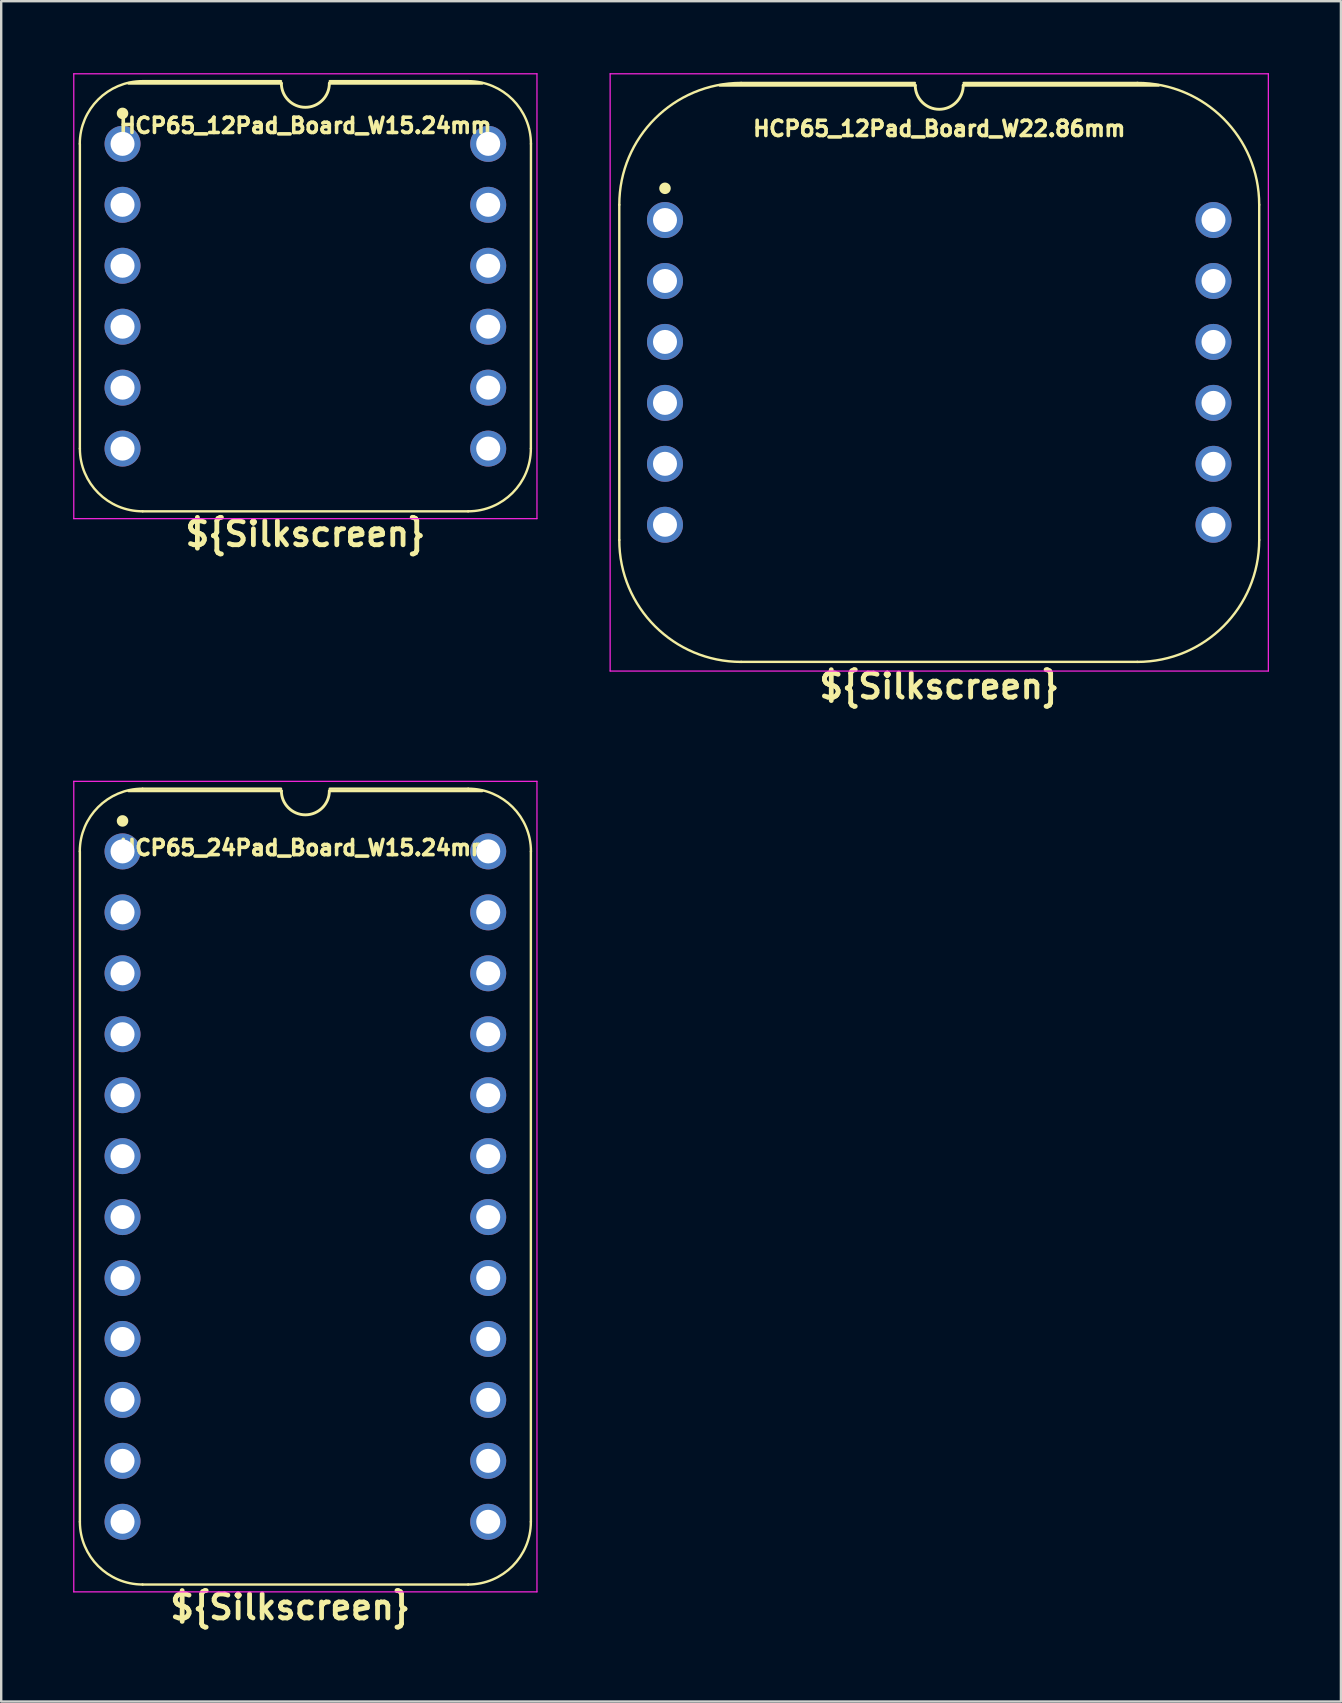
<source format=kicad_pcb>
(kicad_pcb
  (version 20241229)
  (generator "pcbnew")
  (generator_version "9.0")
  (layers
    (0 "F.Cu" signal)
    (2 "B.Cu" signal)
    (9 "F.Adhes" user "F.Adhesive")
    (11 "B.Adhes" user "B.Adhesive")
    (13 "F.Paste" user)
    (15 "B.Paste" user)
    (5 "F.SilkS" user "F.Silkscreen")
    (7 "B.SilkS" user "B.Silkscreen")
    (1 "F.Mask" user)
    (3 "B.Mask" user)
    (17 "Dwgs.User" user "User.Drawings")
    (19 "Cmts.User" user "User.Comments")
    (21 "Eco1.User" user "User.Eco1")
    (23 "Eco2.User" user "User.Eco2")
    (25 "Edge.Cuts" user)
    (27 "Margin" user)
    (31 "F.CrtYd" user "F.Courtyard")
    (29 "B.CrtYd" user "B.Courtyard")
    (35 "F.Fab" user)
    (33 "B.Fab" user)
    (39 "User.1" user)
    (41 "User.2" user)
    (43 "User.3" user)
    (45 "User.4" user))
  (footprint "HCP65_12Pad_Board_W15.24mm"
    (layer "F.Cu")
    (at 2.057 2.946)
    (property "Reference" "HCP65_12Pad_Board_W15.24mm" (at 7.62 -0.762 0) (layer "F.SilkS") (effects (font (size 0.635 0.635) (thickness 0.15))))
    (property "Silkscreen" "${Silkscreen}" (at 6.985 16.256 0) (layer "F.SilkS") (hide yes) (effects (font (size 1 1) (thickness 0.2))))
    (attr through_hole)
    (fp_line (start -1.778 12.7) (end -1.778 0) (stroke (width 0.1) (type solid)) (layer "F.SilkS"))
    (fp_line (start 0.832 -2.614) (end 6.604 -2.614) (stroke (width 0.1) (type solid)) (layer "F.SilkS"))
    (fp_line (start 6.62 -2.524) (end 0.254 -2.524) (stroke (width 0.12) (type solid)) (layer "F.SilkS"))
    (fp_line (start 8.636 -2.614) (end 14.408 -2.614) (stroke (width 0.1) (type solid)) (layer "F.SilkS"))
    (fp_line (start 14.404 15.314) (end 0.836 15.314) (stroke (width 0.1) (type solid)) (layer "F.SilkS"))
    (fp_line (start 14.986 -2.524) (end 8.62 -2.524) (stroke (width 0.12) (type solid)) (layer "F.SilkS"))
    (fp_line (start 17.018 12.7) (end 17.022 0) (stroke (width 0.1) (type solid)) (layer "F.SilkS"))
    (fp_arc (start -1.781544 0) (mid -1.016 -1.848188) (end 0.832188 -2.613732) (stroke (width 0.1) (type solid)) (layer "F.SilkS"))
    (fp_arc (start 0.835733 15.313733) (mid -1.012457 14.548189) (end -1.778 12.7) (stroke (width 0.1) (type solid)) (layer "F.SilkS"))
    (fp_arc (start 8.62 -2.524) (mid 7.62 -1.524) (end 6.62 -2.524) (stroke (width 0.12) (type solid)) (layer "F.SilkS"))
    (fp_arc (start 14.407812 -2.613732) (mid 16.256 -1.848188) (end 17.021544 0) (stroke (width 0.1) (type solid)) (layer "F.SilkS"))
    (fp_arc (start 17.018001 12.700001) (mid 16.252456 14.548188) (end 14.404269 15.313733) (stroke (width 0.1) (type solid)) (layer "F.SilkS"))
    (fp_circle (center 0 -1.27) (end 0.18 -1.27) (stroke (width 0.12) (type solid)) (fill yes) (layer "F.SilkS"))
    (fp_line (start -2.032 -2.921) (end -2.032 15.621) (stroke (width 0.05) (type solid)) (layer "F.CrtYd"))
    (fp_line (start -2.032 -2.921) (end 17.272 -2.921) (stroke (width 0.05) (type solid)) (layer "F.CrtYd"))
    (fp_line (start -2.032 15.621) (end 17.272 15.621) (stroke (width 0.05) (type solid)) (layer "F.CrtYd"))
    (fp_line (start 17.272 -2.921) (end 17.272 15.621) (stroke (width 0.05) (type solid)) (layer "F.CrtYd"))
    (fp_text user "${Silkscreen}" (at 7.62 16.256 0) (layer "F.SilkS") (effects (font (size 1 1) (thickness 0.2) (bold yes))))
    (pad "1" thru_hole circle (at 0 0) (size 1.5 1.5) (drill 1) (layers "*.Cu" "*.Mask"))
    (pad "2" thru_hole circle (at 0 2.54) (size 1.5 1.5) (drill 1) (layers "*.Cu" "*.Mask"))
    (pad "3" thru_hole circle (at 0 5.08) (size 1.5 1.5) (drill 1) (layers "*.Cu" "*.Mask"))
    (pad "4" thru_hole circle (at 0 7.62) (size 1.5 1.5) (drill 1) (layers "*.Cu" "*.Mask"))
    (pad "5" thru_hole circle (at 0 10.16) (size 1.5 1.5) (drill 1) (layers "*.Cu" "*.Mask"))
    (pad "6" thru_hole circle (at 0 12.7) (size 1.5 1.5) (drill 1) (layers "*.Cu" "*.Mask"))
    (pad "7" thru_hole circle (at 15.24 12.7) (size 1.5 1.5) (drill 1) (layers "*.Cu" "*.Mask"))
    (pad "8" thru_hole circle (at 15.24 10.16) (size 1.5 1.5) (drill 1) (layers "*.Cu" "*.Mask"))
    (pad "9" thru_hole circle (at 15.24 7.62) (size 1.5 1.5) (drill 1) (layers "*.Cu" "*.Mask"))
    (pad "10" thru_hole circle (at 15.24 5.08) (size 1.5 1.5) (drill 1) (layers "*.Cu" "*.Mask"))
    (pad "11" thru_hole circle (at 15.24 2.54) (size 1.5 1.5) (drill 1) (layers "*.Cu" "*.Mask"))
    (pad "12" thru_hole circle (at 15.24 0) (size 1.5 1.5) (drill 1) (layers "*.Cu" "*.Mask")))
  (footprint "HCP65_12Pad_Board_W22.86mm"
    (layer "F.Cu")
    (at 24.665 6.121)
    (property "Reference" "HCP65_12Pad_Board_W22.86mm" (at 11.43 -3.81 0) (layer "F.SilkS") (effects (font (size 0.635 0.635) (thickness 0.15))))
    (property "Silkscreen" "${Silkscreen}" (at 11.43 19.431 0) (layer "F.SilkS") (hide yes) (effects (font (size 1 1) (thickness 0.2))))
    (attr through_hole)
    (fp_line (start -1.905 -0.635) (end -1.905 13.335) (stroke (width 0.1) (type solid)) (layer "F.SilkS"))
    (fp_line (start 10.414 -5.715) (end 3.175 -5.715) (stroke (width 0.1) (type solid)) (layer "F.SilkS"))
    (fp_line (start 10.43 -5.616) (end 2.286 -5.616) (stroke (width 0.12) (type solid)) (layer "F.SilkS"))
    (fp_line (start 19.685 -5.715) (end 12.446 -5.715) (stroke (width 0.1) (type solid)) (layer "F.SilkS"))
    (fp_line (start 19.685 18.415) (end 3.175 18.415) (stroke (width 0.1) (type solid)) (layer "F.SilkS"))
    (fp_line (start 20.574 -5.616) (end 12.43 -5.616) (stroke (width 0.12) (type solid)) (layer "F.SilkS"))
    (fp_line (start 24.765 13.335) (end 24.765 -0.635) (stroke (width 0.1) (type solid)) (layer "F.SilkS"))
    (fp_arc (start -1.905 -0.635) (mid -0.417102 -4.227102) (end 3.175 -5.715) (stroke (width 0.1) (type solid)) (layer "F.SilkS"))
    (fp_arc (start 3.175 18.415) (mid -0.417102 16.927102) (end -1.905 13.335) (stroke (width 0.1) (type solid)) (layer "F.SilkS"))
    (fp_arc (start 12.43 -5.616) (mid 11.43 -4.616) (end 10.43 -5.616) (stroke (width 0.12) (type solid)) (layer "F.SilkS"))
    (fp_arc (start 19.685 -5.715) (mid 23.277102 -4.227102) (end 24.765 -0.635) (stroke (width 0.1) (type solid)) (layer "F.SilkS"))
    (fp_arc (start 24.765 13.335) (mid 23.277102 16.927102) (end 19.685 18.415) (stroke (width 0.1) (type solid)) (layer "F.SilkS"))
    (fp_circle (center 0 -1.323) (end 0.18 -1.323) (stroke (width 0.12) (type solid)) (fill yes) (layer "F.SilkS"))
    (fp_line (start -2.286 -6.096) (end -2.286 18.796) (stroke (width 0.05) (type solid)) (layer "F.CrtYd"))
    (fp_line (start -2.286 -6.096) (end 25.146 -6.096) (stroke (width 0.05) (type solid)) (layer "F.CrtYd"))
    (fp_line (start -2.286 18.796) (end 25.146 18.796) (stroke (width 0.05) (type solid)) (layer "F.CrtYd"))
    (fp_line (start 25.146 18.796) (end 25.146 -6.096) (stroke (width 0.05) (type solid)) (layer "F.CrtYd"))
    (fp_text user "${Silkscreen}" (at 11.43 19.431 0) (layer "F.SilkS") (effects (font (size 1 1) (thickness 0.2) (bold yes))))
    (pad "1" thru_hole circle (at 0 0) (size 1.5 1.5) (drill 1) (layers "*.Cu" "*.Mask"))
    (pad "2" thru_hole circle (at 0 2.54) (size 1.5 1.5) (drill 1) (layers "*.Cu" "*.Mask"))
    (pad "3" thru_hole circle (at 0 5.08) (size 1.5 1.5) (drill 1) (layers "*.Cu" "*.Mask"))
    (pad "4" thru_hole circle (at 0 7.62) (size 1.5 1.5) (drill 1) (layers "*.Cu" "*.Mask"))
    (pad "5" thru_hole circle (at 0 10.16) (size 1.5 1.5) (drill 1) (layers "*.Cu" "*.Mask"))
    (pad "6" thru_hole circle (at 0 12.7) (size 1.5 1.5) (drill 1) (layers "*.Cu" "*.Mask"))
    (pad "7" thru_hole circle (at 22.86 12.7) (size 1.5 1.5) (drill 1) (layers "*.Cu" "*.Mask"))
    (pad "8" thru_hole circle (at 22.86 10.16) (size 1.5 1.5) (drill 1) (layers "*.Cu" "*.Mask"))
    (pad "9" thru_hole circle (at 22.86 7.62) (size 1.5 1.5) (drill 1) (layers "*.Cu" "*.Mask"))
    (pad "10" thru_hole circle (at 22.86 5.08) (size 1.5 1.5) (drill 1) (layers "*.Cu" "*.Mask"))
    (pad "11" thru_hole circle (at 22.86 2.54) (size 1.5 1.5) (drill 1) (layers "*.Cu" "*.Mask"))
    (pad "12" thru_hole circle (at 22.86 0) (size 1.5 1.5) (drill 1) (layers "*.Cu" "*.Mask")))
  (footprint "HCP65_24Pad_Board_W15.24mm"
    (layer "F.Cu")
    (at 2.057 32.434)
    (property "Reference" "HCP65_24Pad_Board_W15.24mm" (at 7.62 -0.152 0) (layer "F.SilkS") (effects (font (size 0.635 0.635) (thickness 0.15))))
    (property "Silkscreen" "${Silkscreen}" (at 6.985 31.496 0) (layer "F.SilkS") (effects (font (size 1 1) (thickness 0.2))))
    (attr through_hole)
    (fp_line (start -1.778 27.94) (end -1.778 0) (stroke (width 0.1) (type solid)) (layer "F.SilkS"))
    (fp_line (start 0.832 -2.614) (end 6.604 -2.614) (stroke (width 0.1) (type solid)) (layer "F.SilkS"))
    (fp_line (start 6.62 -2.524) (end 0.254 -2.524) (stroke (width 0.12) (type solid)) (layer "F.SilkS"))
    (fp_line (start 8.636 -2.614) (end 14.408 -2.614) (stroke (width 0.1) (type solid)) (layer "F.SilkS"))
    (fp_line (start 14.404 30.554) (end 0.836 30.554) (stroke (width 0.1) (type solid)) (layer "F.SilkS"))
    (fp_line (start 14.986 -2.524) (end 8.62 -2.524) (stroke (width 0.12) (type solid)) (layer "F.SilkS"))
    (fp_line (start 17.018 27.94) (end 17.018 0) (stroke (width 0.1) (type solid)) (layer "F.SilkS"))
    (fp_arc (start -1.781544 0) (mid -1.016 -1.848188) (end 0.832188 -2.613732) (stroke (width 0.1) (type solid)) (layer "F.SilkS"))
    (fp_arc (start 0.835733 30.553733) (mid -1.012456 29.788189) (end -1.778 27.94) (stroke (width 0.1) (type solid)) (layer "F.SilkS"))
    (fp_arc (start 8.62 -2.524) (mid 7.62 -1.524) (end 6.62 -2.524) (stroke (width 0.12) (type solid)) (layer "F.SilkS"))
    (fp_arc (start 14.407812 -2.613732) (mid 16.256 -1.848188) (end 17.021544 0) (stroke (width 0.1) (type solid)) (layer "F.SilkS"))
    (fp_arc (start 17.018001 27.940001) (mid 16.252456 29.788188) (end 14.404269 30.553733) (stroke (width 0.1) (type solid)) (layer "F.SilkS"))
    (fp_circle (center 0 -1.27) (end 0.18 -1.27) (stroke (width 0.12) (type solid)) (fill yes) (layer "F.SilkS"))
    (fp_line (start -2.032 -2.921) (end -2.032 30.861) (stroke (width 0.05) (type solid)) (layer "F.CrtYd"))
    (fp_line (start -2.032 -2.921) (end 17.272 -2.921) (stroke (width 0.05) (type solid)) (layer "F.CrtYd"))
    (fp_line (start -2.032 30.861) (end 17.272 30.861) (stroke (width 0.05) (type solid)) (layer "F.CrtYd"))
    (fp_line (start 17.272 -2.921) (end 17.272 30.861) (stroke (width 0.05) (type solid)) (layer "F.CrtYd"))
    (pad "1" thru_hole circle (at 0 0) (size 1.5 1.5) (drill 1) (layers "*.Cu" "*.Mask"))
    (pad "2" thru_hole circle (at 0 2.54) (size 1.5 1.5) (drill 1) (layers "*.Cu" "*.Mask"))
    (pad "3" thru_hole circle (at 0 5.08) (size 1.5 1.5) (drill 1) (layers "*.Cu" "*.Mask"))
    (pad "4" thru_hole circle (at 0 7.62) (size 1.5 1.5) (drill 1) (layers "*.Cu" "*.Mask"))
    (pad "5" thru_hole circle (at 0 10.16) (size 1.5 1.5) (drill 1) (layers "*.Cu" "*.Mask"))
    (pad "6" thru_hole circle (at 0 12.7) (size 1.5 1.5) (drill 1) (layers "*.Cu" "*.Mask"))
    (pad "7" thru_hole circle (at 0 15.24) (size 1.5 1.5) (drill 1) (layers "*.Cu" "*.Mask"))
    (pad "8" thru_hole circle (at 0 17.78) (size 1.5 1.5) (drill 1) (layers "*.Cu" "*.Mask"))
    (pad "9" thru_hole circle (at 0 20.32) (size 1.5 1.5) (drill 1) (layers "*.Cu" "*.Mask"))
    (pad "10" thru_hole circle (at 0 22.86) (size 1.5 1.5) (drill 1) (layers "*.Cu" "*.Mask"))
    (pad "11" thru_hole circle (at 0 25.4) (size 1.5 1.5) (drill 1) (layers "*.Cu" "*.Mask"))
    (pad "12" thru_hole circle (at 0 27.94) (size 1.5 1.5) (drill 1) (layers "*.Cu" "*.Mask"))
    (pad "13" thru_hole circle (at 15.24 27.94) (size 1.5 1.5) (drill 1) (layers "*.Cu" "*.Mask"))
    (pad "14" thru_hole circle (at 15.24 25.4) (size 1.5 1.5) (drill 1) (layers "*.Cu" "*.Mask"))
    (pad "15" thru_hole circle (at 15.24 22.86) (size 1.5 1.5) (drill 1) (layers "*.Cu" "*.Mask"))
    (pad "16" thru_hole circle (at 15.24 20.32) (size 1.5 1.5) (drill 1) (layers "*.Cu" "*.Mask"))
    (pad "17" thru_hole circle (at 15.24 17.78) (size 1.5 1.5) (drill 1) (layers "*.Cu" "*.Mask"))
    (pad "18" thru_hole circle (at 15.24 15.24) (size 1.5 1.5) (drill 1) (layers "*.Cu" "*.Mask"))
    (pad "19" thru_hole circle (at 15.24 12.7) (size 1.5 1.5) (drill 1) (layers "*.Cu" "*.Mask"))
    (pad "20" thru_hole circle (at 15.24 10.16) (size 1.5 1.5) (drill 1) (layers "*.Cu" "*.Mask"))
    (pad "21" thru_hole circle (at 15.24 7.62) (size 1.5 1.5) (drill 1) (layers "*.Cu" "*.Mask"))
    (pad "22" thru_hole circle (at 15.24 5.08) (size 1.5 1.5) (drill 1) (layers "*.Cu" "*.Mask"))
    (pad "23" thru_hole circle (at 15.24 2.54) (size 1.5 1.5) (drill 1) (layers "*.Cu" "*.Mask"))
    (pad "24" thru_hole circle (at 15.24 0) (size 1.5 1.5) (drill 1) (layers "*.Cu" "*.Mask")))
  (gr_rect
    (start -3 -3)
    (end 52.836 67.866)
    (stroke (width 0.1) (type default))
    (fill no)
    (layer "Edge.Cuts")))
</source>
